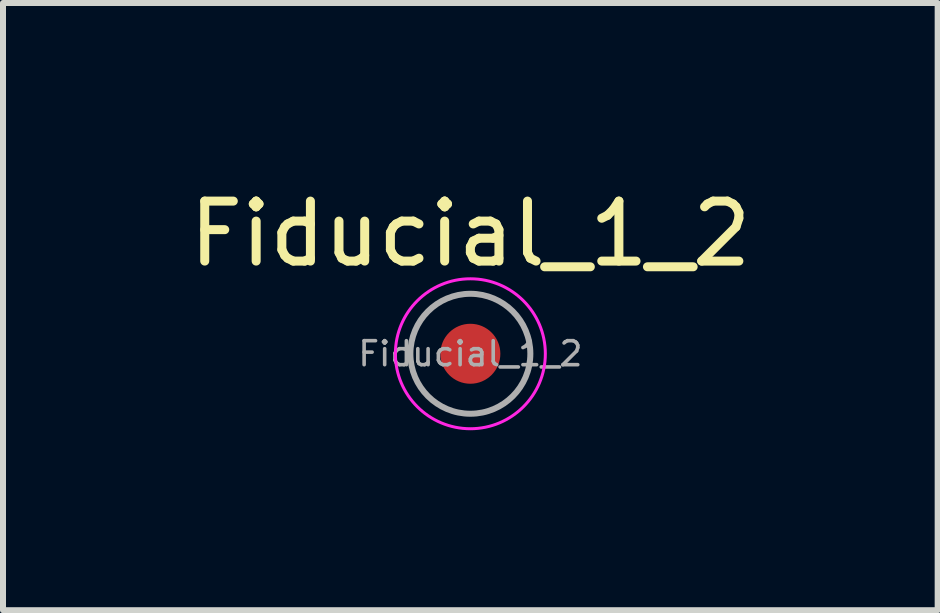
<source format=kicad_pcb>
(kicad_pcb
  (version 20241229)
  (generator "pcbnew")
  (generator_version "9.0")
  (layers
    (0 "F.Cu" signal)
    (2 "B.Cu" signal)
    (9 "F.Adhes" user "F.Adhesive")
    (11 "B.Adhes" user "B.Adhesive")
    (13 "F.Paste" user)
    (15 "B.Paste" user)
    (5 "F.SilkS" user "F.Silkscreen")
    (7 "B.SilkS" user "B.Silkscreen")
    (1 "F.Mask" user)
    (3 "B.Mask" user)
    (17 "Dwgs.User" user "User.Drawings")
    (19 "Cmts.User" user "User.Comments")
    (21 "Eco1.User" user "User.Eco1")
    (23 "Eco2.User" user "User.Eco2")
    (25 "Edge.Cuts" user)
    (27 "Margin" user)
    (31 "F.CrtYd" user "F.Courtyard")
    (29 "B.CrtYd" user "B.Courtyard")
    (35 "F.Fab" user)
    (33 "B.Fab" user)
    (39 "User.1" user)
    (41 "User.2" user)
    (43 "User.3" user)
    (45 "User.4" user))
  (footprint "Fiducial_1_2"
    (layer "F.Cu")
    (at 4.792 2.848)
    (property "Reference" "Fiducial_1_2" (at 0 -2 0) (layer "F.SilkS") (effects (font (size 1 1) (thickness 0.15))))
    (attr smd)
    (fp_circle (center 0 0) (end 1.25 0) (stroke (width 0.05) (type solid)) (fill no) (layer "F.CrtYd"))
    (fp_circle (center 0 0) (end 1 0) (stroke (width 0.1) (type solid)) (fill no) (layer "F.Fab"))
    (fp_text user "${REFERENCE}" (at 0 0 0) (layer "F.Fab") (effects (font (size 0.4 0.4) (thickness 0.06))))
    (pad "" smd circle (at 0 0) (size 1 1) (layers "F.Cu" "F.Mask")))
  (gr_rect
    (start -3 -3)
    (end 12.583 7.123)
    (stroke (width 0.1) (type default))
    (fill no)
    (layer "Edge.Cuts")))
</source>
